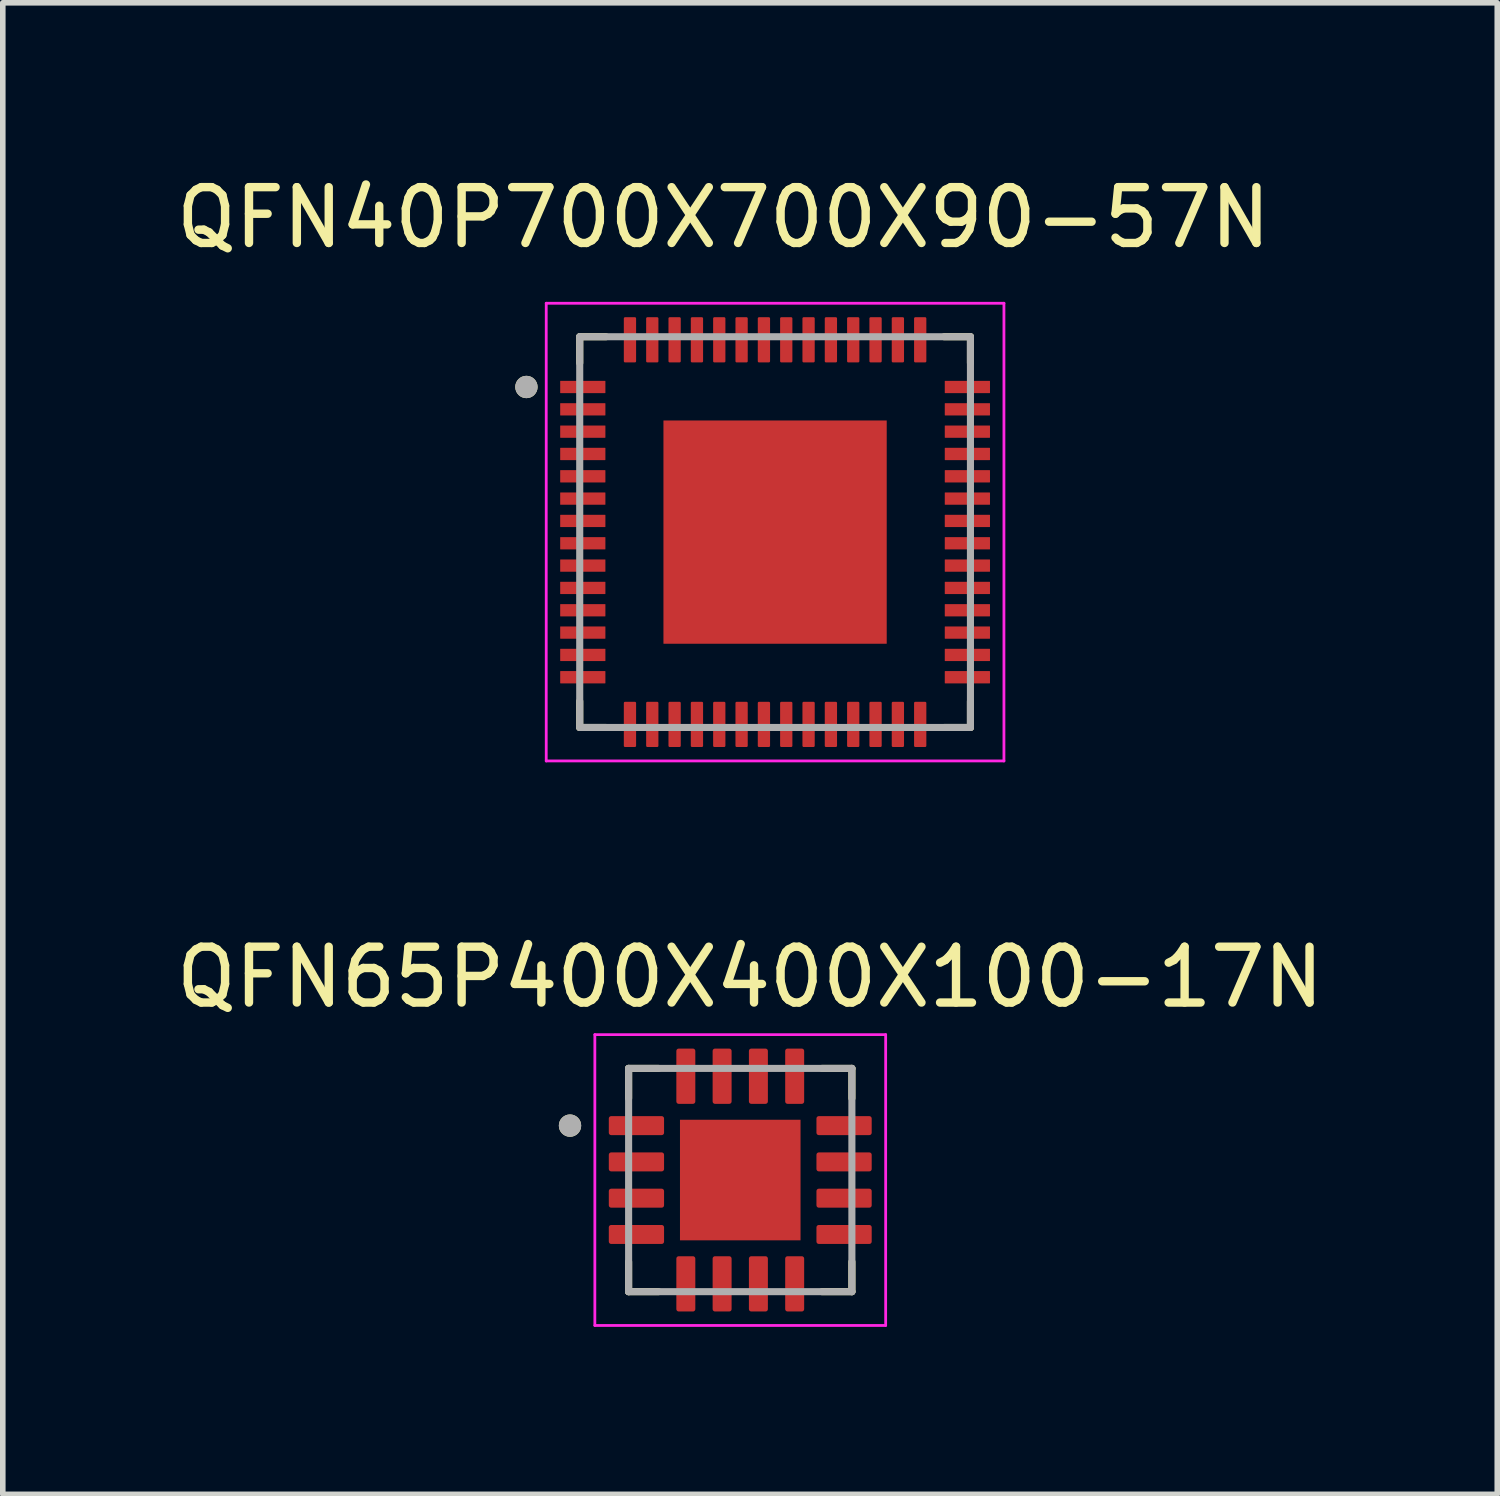
<source format=kicad_pcb>
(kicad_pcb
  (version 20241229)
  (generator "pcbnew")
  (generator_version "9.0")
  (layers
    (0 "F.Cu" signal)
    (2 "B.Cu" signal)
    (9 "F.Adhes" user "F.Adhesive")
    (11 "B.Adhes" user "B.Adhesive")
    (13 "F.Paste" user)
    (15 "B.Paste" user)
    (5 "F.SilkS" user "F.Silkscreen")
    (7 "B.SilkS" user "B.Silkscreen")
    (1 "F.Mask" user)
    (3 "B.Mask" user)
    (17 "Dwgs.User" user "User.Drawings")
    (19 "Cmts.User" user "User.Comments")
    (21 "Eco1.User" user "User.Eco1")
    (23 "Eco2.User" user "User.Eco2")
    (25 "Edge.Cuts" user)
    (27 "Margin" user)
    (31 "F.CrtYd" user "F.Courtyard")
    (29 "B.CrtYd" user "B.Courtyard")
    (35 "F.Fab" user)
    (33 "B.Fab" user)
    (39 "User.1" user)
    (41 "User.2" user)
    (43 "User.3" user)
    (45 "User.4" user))
  (footprint "QFN40P700X700X90-57N"
    (layer "F.Cu")
    (at 10.836 6.483)
    (property "Reference" "QFN40P700X700X90-57N" (at -0.925 -5.635 0) (layer "F.SilkS") (effects (font (size 1 1) (thickness 0.15))))
    (attr smd)
    (fp_line (start -3.5 -3.5) (end -3.5 -3.03) (stroke (width 0.127) (type solid)) (layer "F.SilkS"))
    (fp_line (start -3.5 -3.5) (end -3.03 -3.5) (stroke (width 0.127) (type solid)) (layer "F.SilkS"))
    (fp_line (start -3.5 3.5) (end -3.5 3.03) (stroke (width 0.127) (type solid)) (layer "F.SilkS"))
    (fp_line (start -3.5 3.5) (end -3.03 3.5) (stroke (width 0.127) (type solid)) (layer "F.SilkS"))
    (fp_line (start 3.5 -3.5) (end 3.03 -3.5) (stroke (width 0.127) (type solid)) (layer "F.SilkS"))
    (fp_line (start 3.5 -3.5) (end 3.5 -3.03) (stroke (width 0.127) (type solid)) (layer "F.SilkS"))
    (fp_line (start 3.5 3.5) (end 3.03 3.5) (stroke (width 0.127) (type solid)) (layer "F.SilkS"))
    (fp_line (start 3.5 3.5) (end 3.5 3.03) (stroke (width 0.127) (type solid)) (layer "F.SilkS"))
    (fp_circle (center -4.455 -2.6) (end -4.355 -2.6) (stroke (width 0.2) (type solid)) (fill no) (layer "F.SilkS"))
    (fp_poly (pts (xy -1.515 -1.515) (xy -0.245 -1.515) (xy -0.245 -0.245) (xy -1.515 -0.245)) (stroke (width 0.01) (type solid)) (fill yes) (layer "F.Paste"))
    (fp_poly (pts (xy -1.515 0.245) (xy -0.245 0.245) (xy -0.245 1.515) (xy -1.515 1.515)) (stroke (width 0.01) (type solid)) (fill yes) (layer "F.Paste"))
    (fp_poly (pts (xy 0.245 -1.515) (xy 1.515 -1.515) (xy 1.515 -0.245) (xy 0.245 -0.245)) (stroke (width 0.01) (type solid)) (fill yes) (layer "F.Paste"))
    (fp_poly (pts (xy 0.245 0.245) (xy 1.515 0.245) (xy 1.515 1.515) (xy 0.245 1.515)) (stroke (width 0.01) (type solid)) (fill yes) (layer "F.Paste"))
    (fp_line (start -4.1 -4.1) (end 4.1 -4.1) (stroke (width 0.05) (type solid)) (layer "F.CrtYd"))
    (fp_line (start -4.1 4.1) (end -4.1 -4.1) (stroke (width 0.05) (type solid)) (layer "F.CrtYd"))
    (fp_line (start -4.1 4.1) (end 4.1 4.1) (stroke (width 0.05) (type solid)) (layer "F.CrtYd"))
    (fp_line (start 4.1 4.1) (end 4.1 -4.1) (stroke (width 0.05) (type solid)) (layer "F.CrtYd"))
    (fp_line (start -3.5 3.5) (end -3.5 -3.5) (stroke (width 0.127) (type solid)) (layer "F.Fab"))
    (fp_line (start 3.5 -3.5) (end -3.5 -3.5) (stroke (width 0.127) (type solid)) (layer "F.Fab"))
    (fp_line (start 3.5 3.5) (end -3.5 3.5) (stroke (width 0.127) (type solid)) (layer "F.Fab"))
    (fp_line (start 3.5 3.5) (end 3.5 -3.5) (stroke (width 0.127) (type solid)) (layer "F.Fab"))
    (fp_circle (center -4.455 -2.6) (end -4.355 -2.6) (stroke (width 0.2) (type solid)) (fill no) (layer "F.Fab"))
    (pad "1" smd roundrect (at -3.445 -2.6) (size 0.81 0.22) (layers "F.Cu" "F.Mask" "F.Paste") (roundrect_rratio 0.03))
    (pad "2" smd roundrect (at -3.445 -2.2) (size 0.81 0.22) (layers "F.Cu" "F.Mask" "F.Paste") (roundrect_rratio 0.03))
    (pad "3" smd roundrect (at -3.445 -1.8) (size 0.81 0.22) (layers "F.Cu" "F.Mask" "F.Paste") (roundrect_rratio 0.03))
    (pad "4" smd roundrect (at -3.445 -1.4) (size 0.81 0.22) (layers "F.Cu" "F.Mask" "F.Paste") (roundrect_rratio 0.03))
    (pad "5" smd roundrect (at -3.445 -1) (size 0.81 0.22) (layers "F.Cu" "F.Mask" "F.Paste") (roundrect_rratio 0.03))
    (pad "6" smd roundrect (at -3.445 -0.6) (size 0.81 0.22) (layers "F.Cu" "F.Mask" "F.Paste") (roundrect_rratio 0.03))
    (pad "7" smd roundrect (at -3.445 -0.2) (size 0.81 0.22) (layers "F.Cu" "F.Mask" "F.Paste") (roundrect_rratio 0.03))
    (pad "8" smd roundrect (at -3.445 0.2) (size 0.81 0.22) (layers "F.Cu" "F.Mask" "F.Paste") (roundrect_rratio 0.03))
    (pad "9" smd roundrect (at -3.445 0.6) (size 0.81 0.22) (layers "F.Cu" "F.Mask" "F.Paste") (roundrect_rratio 0.03))
    (pad "10" smd roundrect (at -3.445 1) (size 0.81 0.22) (layers "F.Cu" "F.Mask" "F.Paste") (roundrect_rratio 0.03))
    (pad "11" smd roundrect (at -3.445 1.4) (size 0.81 0.22) (layers "F.Cu" "F.Mask" "F.Paste") (roundrect_rratio 0.03))
    (pad "12" smd roundrect (at -3.445 1.8) (size 0.81 0.22) (layers "F.Cu" "F.Mask" "F.Paste") (roundrect_rratio 0.03))
    (pad "13" smd roundrect (at -3.445 2.2) (size 0.81 0.22) (layers "F.Cu" "F.Mask" "F.Paste") (roundrect_rratio 0.03))
    (pad "14" smd roundrect (at -3.445 2.6) (size 0.81 0.22) (layers "F.Cu" "F.Mask" "F.Paste") (roundrect_rratio 0.03))
    (pad "15" smd roundrect (at -2.6 3.445) (size 0.22 0.81) (layers "F.Cu" "F.Mask" "F.Paste") (roundrect_rratio 0.1))
    (pad "16" smd roundrect (at -2.2 3.445) (size 0.22 0.81) (layers "F.Cu" "F.Mask" "F.Paste") (roundrect_rratio 0.1))
    (pad "17" smd roundrect (at -1.8 3.445) (size 0.22 0.81) (layers "F.Cu" "F.Mask" "F.Paste") (roundrect_rratio 0.1))
    (pad "18" smd roundrect (at -1.4 3.445) (size 0.22 0.81) (layers "F.Cu" "F.Mask" "F.Paste") (roundrect_rratio 0.1))
    (pad "19" smd roundrect (at -1 3.445) (size 0.22 0.81) (layers "F.Cu" "F.Mask" "F.Paste") (roundrect_rratio 0.1))
    (pad "20" smd roundrect (at -0.6 3.445) (size 0.22 0.81) (layers "F.Cu" "F.Mask" "F.Paste") (roundrect_rratio 0.1))
    (pad "21" smd roundrect (at -0.2 3.445) (size 0.22 0.81) (layers "F.Cu" "F.Mask" "F.Paste") (roundrect_rratio 0.1))
    (pad "22" smd roundrect (at 0.2 3.445) (size 0.22 0.81) (layers "F.Cu" "F.Mask" "F.Paste") (roundrect_rratio 0.1))
    (pad "23" smd roundrect (at 0.6 3.445) (size 0.22 0.81) (layers "F.Cu" "F.Mask" "F.Paste") (roundrect_rratio 0.1))
    (pad "24" smd roundrect (at 1 3.445) (size 0.22 0.81) (layers "F.Cu" "F.Mask" "F.Paste") (roundrect_rratio 0.1))
    (pad "25" smd roundrect (at 1.4 3.445) (size 0.22 0.81) (layers "F.Cu" "F.Mask" "F.Paste") (roundrect_rratio 0.1))
    (pad "26" smd roundrect (at 1.8 3.445) (size 0.22 0.81) (layers "F.Cu" "F.Mask" "F.Paste") (roundrect_rratio 0.1))
    (pad "27" smd roundrect (at 2.2 3.445) (size 0.22 0.81) (layers "F.Cu" "F.Mask" "F.Paste") (roundrect_rratio 0.1))
    (pad "28" smd roundrect (at 2.6 3.445) (size 0.22 0.81) (layers "F.Cu" "F.Mask" "F.Paste") (roundrect_rratio 0.1))
    (pad "29" smd roundrect (at 3.445 2.6) (size 0.81 0.22) (layers "F.Cu" "F.Mask" "F.Paste") (roundrect_rratio 0.03))
    (pad "30" smd roundrect (at 3.445 2.2) (size 0.81 0.22) (layers "F.Cu" "F.Mask" "F.Paste") (roundrect_rratio 0.03))
    (pad "31" smd roundrect (at 3.445 1.8) (size 0.81 0.22) (layers "F.Cu" "F.Mask" "F.Paste") (roundrect_rratio 0.03))
    (pad "32" smd roundrect (at 3.445 1.4) (size 0.81 0.22) (layers "F.Cu" "F.Mask" "F.Paste") (roundrect_rratio 0.03))
    (pad "33" smd roundrect (at 3.445 1) (size 0.81 0.22) (layers "F.Cu" "F.Mask" "F.Paste") (roundrect_rratio 0.03))
    (pad "34" smd roundrect (at 3.445 0.6) (size 0.81 0.22) (layers "F.Cu" "F.Mask" "F.Paste") (roundrect_rratio 0.03))
    (pad "35" smd roundrect (at 3.445 0.2) (size 0.81 0.22) (layers "F.Cu" "F.Mask" "F.Paste") (roundrect_rratio 0.03))
    (pad "36" smd roundrect (at 3.445 -0.2) (size 0.81 0.22) (layers "F.Cu" "F.Mask" "F.Paste") (roundrect_rratio 0.03))
    (pad "37" smd roundrect (at 3.445 -0.6) (size 0.81 0.22) (layers "F.Cu" "F.Mask" "F.Paste") (roundrect_rratio 0.03))
    (pad "38" smd roundrect (at 3.445 -1) (size 0.81 0.22) (layers "F.Cu" "F.Mask" "F.Paste") (roundrect_rratio 0.03))
    (pad "39" smd roundrect (at 3.445 -1.4) (size 0.81 0.22) (layers "F.Cu" "F.Mask" "F.Paste") (roundrect_rratio 0.03))
    (pad "40" smd roundrect (at 3.445 -1.8) (size 0.81 0.22) (layers "F.Cu" "F.Mask" "F.Paste") (roundrect_rratio 0.03))
    (pad "41" smd roundrect (at 3.445 -2.2) (size 0.81 0.22) (layers "F.Cu" "F.Mask" "F.Paste") (roundrect_rratio 0.03))
    (pad "42" smd roundrect (at 3.445 -2.6) (size 0.81 0.22) (layers "F.Cu" "F.Mask" "F.Paste") (roundrect_rratio 0.03))
    (pad "43" smd roundrect (at 2.6 -3.445) (size 0.22 0.81) (layers "F.Cu" "F.Mask" "F.Paste") (roundrect_rratio 0.1))
    (pad "44" smd roundrect (at 2.2 -3.445) (size 0.22 0.81) (layers "F.Cu" "F.Mask" "F.Paste") (roundrect_rratio 0.1))
    (pad "45" smd roundrect (at 1.8 -3.445) (size 0.22 0.81) (layers "F.Cu" "F.Mask" "F.Paste") (roundrect_rratio 0.1))
    (pad "46" smd roundrect (at 1.4 -3.445) (size 0.22 0.81) (layers "F.Cu" "F.Mask" "F.Paste") (roundrect_rratio 0.1))
    (pad "47" smd roundrect (at 1 -3.445) (size 0.22 0.81) (layers "F.Cu" "F.Mask" "F.Paste") (roundrect_rratio 0.1))
    (pad "48" smd roundrect (at 0.6 -3.445) (size 0.22 0.81) (layers "F.Cu" "F.Mask" "F.Paste") (roundrect_rratio 0.1))
    (pad "49" smd roundrect (at 0.2 -3.445) (size 0.22 0.81) (layers "F.Cu" "F.Mask" "F.Paste") (roundrect_rratio 0.1))
    (pad "50" smd roundrect (at -0.2 -3.445) (size 0.22 0.81) (layers "F.Cu" "F.Mask" "F.Paste") (roundrect_rratio 0.1))
    (pad "51" smd roundrect (at -0.6 -3.445) (size 0.22 0.81) (layers "F.Cu" "F.Mask" "F.Paste") (roundrect_rratio 0.1))
    (pad "52" smd roundrect (at -1 -3.445) (size 0.22 0.81) (layers "F.Cu" "F.Mask" "F.Paste") (roundrect_rratio 0.1))
    (pad "53" smd roundrect (at -1.4 -3.445) (size 0.22 0.81) (layers "F.Cu" "F.Mask" "F.Paste") (roundrect_rratio 0.1))
    (pad "54" smd roundrect (at -1.8 -3.445) (size 0.22 0.81) (layers "F.Cu" "F.Mask" "F.Paste") (roundrect_rratio 0.1))
    (pad "55" smd roundrect (at -2.2 -3.445) (size 0.22 0.81) (layers "F.Cu" "F.Mask" "F.Paste") (roundrect_rratio 0.1))
    (pad "56" smd roundrect (at -2.6 -3.445) (size 0.22 0.81) (layers "F.Cu" "F.Mask" "F.Paste") (roundrect_rratio 0.1))
    (pad "57" smd rect (at 0 0) (size 4 4) (layers "F.Cu" "F.Mask")))
  (footprint "QFN65P400X400X100-17N"
    (layer "F.Cu")
    (at 10.212 18.091)
    (property "Reference" "QFN65P400X400X100-17N" (at 0.175 -3.635 0) (layer "F.SilkS") (effects (font (size 1 1) (thickness 0.15))))
    (attr smd)
    (fp_line (start -2 -2) (end -2 -1.465) (stroke (width 0.127) (type solid)) (layer "F.SilkS"))
    (fp_line (start -2 -2) (end -1.465 -2) (stroke (width 0.127) (type solid)) (layer "F.SilkS"))
    (fp_line (start -2 2) (end -2 1.465) (stroke (width 0.127) (type solid)) (layer "F.SilkS"))
    (fp_line (start -2 2) (end -1.465 2) (stroke (width 0.127) (type solid)) (layer "F.SilkS"))
    (fp_line (start 2 -2) (end 1.465 -2) (stroke (width 0.127) (type solid)) (layer "F.SilkS"))
    (fp_line (start 2 -2) (end 2 -1.465) (stroke (width 0.127) (type solid)) (layer "F.SilkS"))
    (fp_line (start 2 2) (end 1.465 2) (stroke (width 0.127) (type solid)) (layer "F.SilkS"))
    (fp_line (start 2 2) (end 2 1.465) (stroke (width 0.127) (type solid)) (layer "F.SilkS"))
    (fp_circle (center -3.05 -0.975) (end -2.95 -0.975) (stroke (width 0.2) (type solid)) (fill no) (layer "F.SilkS"))
    (fp_poly (pts (xy -0.68 -0.68) (xy 0.68 -0.68) (xy 0.68 0.68) (xy -0.68 0.68)) (stroke (width 0.01) (type solid)) (fill yes) (layer "F.Paste"))
    (fp_line (start -2.605 -2.605) (end 2.605 -2.605) (stroke (width 0.05) (type solid)) (layer "F.CrtYd"))
    (fp_line (start -2.605 2.605) (end -2.605 -2.605) (stroke (width 0.05) (type solid)) (layer "F.CrtYd"))
    (fp_line (start -2.605 2.605) (end 2.605 2.605) (stroke (width 0.05) (type solid)) (layer "F.CrtYd"))
    (fp_line (start 2.605 2.605) (end 2.605 -2.605) (stroke (width 0.05) (type solid)) (layer "F.CrtYd"))
    (fp_line (start -2 2) (end -2 -2) (stroke (width 0.127) (type solid)) (layer "F.Fab"))
    (fp_line (start 2 -2) (end -2 -2) (stroke (width 0.127) (type solid)) (layer "F.Fab"))
    (fp_line (start 2 2) (end -2 2) (stroke (width 0.127) (type solid)) (layer "F.Fab"))
    (fp_line (start 2 2) (end 2 -2) (stroke (width 0.127) (type solid)) (layer "F.Fab"))
    (fp_circle (center -3.05 -0.975) (end -2.95 -0.975) (stroke (width 0.2) (type solid)) (fill no) (layer "F.Fab"))
    (pad "1" smd roundrect (at -1.86 -0.975) (size 0.99 0.34) (layers "F.Cu" "F.Mask" "F.Paste") (roundrect_rratio 0.125))
    (pad "2" smd roundrect (at -1.86 -0.325) (size 0.99 0.34) (layers "F.Cu" "F.Mask" "F.Paste") (roundrect_rratio 0.125))
    (pad "3" smd roundrect (at -1.86 0.325) (size 0.99 0.34) (layers "F.Cu" "F.Mask" "F.Paste") (roundrect_rratio 0.125))
    (pad "4" smd roundrect (at -1.86 0.975) (size 0.99 0.34) (layers "F.Cu" "F.Mask" "F.Paste") (roundrect_rratio 0.125))
    (pad "5" smd roundrect (at -0.975 1.86 90) (size 0.99 0.34) (layers "F.Cu" "F.Mask" "F.Paste") (roundrect_rratio 0.125))
    (pad "6" smd roundrect (at -0.325 1.86 90) (size 0.99 0.34) (layers "F.Cu" "F.Mask" "F.Paste") (roundrect_rratio 0.125))
    (pad "7" smd roundrect (at 0.325 1.86 90) (size 0.99 0.34) (layers "F.Cu" "F.Mask" "F.Paste") (roundrect_rratio 0.125))
    (pad "8" smd roundrect (at 0.975 1.86 90) (size 0.99 0.34) (layers "F.Cu" "F.Mask" "F.Paste") (roundrect_rratio 0.125))
    (pad "9" smd roundrect (at 1.86 0.975) (size 0.99 0.34) (layers "F.Cu" "F.Mask" "F.Paste") (roundrect_rratio 0.125))
    (pad "10" smd roundrect (at 1.86 0.325) (size 0.99 0.34) (layers "F.Cu" "F.Mask" "F.Paste") (roundrect_rratio 0.125))
    (pad "11" smd roundrect (at 1.86 -0.325) (size 0.99 0.34) (layers "F.Cu" "F.Mask" "F.Paste") (roundrect_rratio 0.125))
    (pad "12" smd roundrect (at 1.86 -0.975) (size 0.99 0.34) (layers "F.Cu" "F.Mask" "F.Paste") (roundrect_rratio 0.125))
    (pad "13" smd roundrect (at 0.975 -1.86 90) (size 0.99 0.34) (layers "F.Cu" "F.Mask" "F.Paste") (roundrect_rratio 0.125))
    (pad "14" smd roundrect (at 0.325 -1.86 90) (size 0.99 0.34) (layers "F.Cu" "F.Mask" "F.Paste") (roundrect_rratio 0.125))
    (pad "15" smd roundrect (at -0.325 -1.86 90) (size 0.99 0.34) (layers "F.Cu" "F.Mask" "F.Paste") (roundrect_rratio 0.125))
    (pad "16" smd roundrect (at -0.975 -1.86 90) (size 0.99 0.34) (layers "F.Cu" "F.Mask" "F.Paste") (roundrect_rratio 0.125))
    (pad "17" smd rect (at 0 0) (size 2.16 2.16) (layers "F.Cu" "F.Mask"))
    (zone (net_name "") (layers "F.Cu" "B.Cu") (hatch full 0.508) (connect_pads) (min_thickness 0.01) (filled_areas_thickness no) (keepout (tracks allowed) (vias not_allowed) (pads allowed) (copperpour allowed) (footprints allowed)) (placement (enabled no)) (fill) (polygon (pts (xy 8.192 16.072) (xy 8.912 16.072) (xy 8.912 16.791) (xy 8.192 16.791)))))
  (gr_rect
    (start -3 -3)
    (end 23.774 23.721)
    (stroke (width 0.1) (type default))
    (fill no)
    (layer "Edge.Cuts")))
</source>
